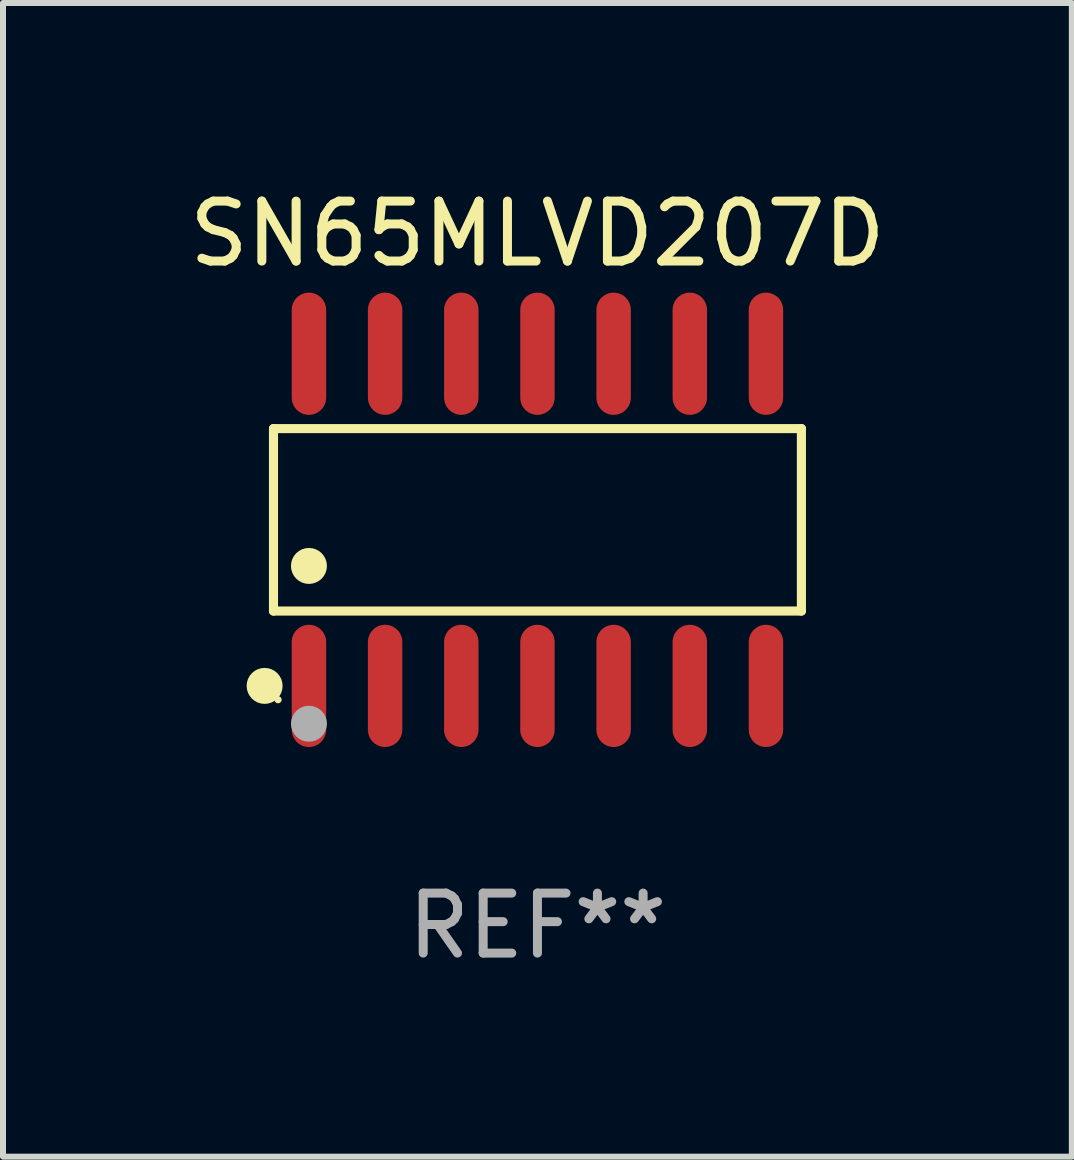
<source format=kicad_pcb>
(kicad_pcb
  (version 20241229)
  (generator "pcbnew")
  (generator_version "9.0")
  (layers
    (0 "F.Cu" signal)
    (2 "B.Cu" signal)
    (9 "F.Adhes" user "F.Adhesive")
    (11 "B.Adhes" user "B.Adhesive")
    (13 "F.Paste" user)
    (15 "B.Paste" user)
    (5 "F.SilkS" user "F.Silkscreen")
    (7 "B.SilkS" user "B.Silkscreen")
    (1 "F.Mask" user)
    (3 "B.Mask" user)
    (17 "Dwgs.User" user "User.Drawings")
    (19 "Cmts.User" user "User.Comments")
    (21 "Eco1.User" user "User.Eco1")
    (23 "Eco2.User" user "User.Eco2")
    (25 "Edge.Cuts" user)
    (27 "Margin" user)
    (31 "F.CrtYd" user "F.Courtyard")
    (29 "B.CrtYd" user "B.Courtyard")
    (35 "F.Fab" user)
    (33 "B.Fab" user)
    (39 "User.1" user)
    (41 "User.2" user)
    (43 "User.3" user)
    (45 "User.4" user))
  (footprint "SN65MLVD207D"
    (layer "F.Cu")
    (at 5.911 5.617)
    (property "Reference" "SN65MLVD207D" (at 0 -4.769 0) (layer "F.SilkS") (effects (font (size 1 1) (thickness 0.15))))
    (attr through_hole)
    (fp_line (start -4.401 -1.521) (end 4.401 -1.521) (stroke (width 0.152) (type solid)) (layer "F.SilkS"))
    (fp_line (start -4.401 1.521) (end -4.401 -1.521) (stroke (width 0.152) (type solid)) (layer "F.SilkS"))
    (fp_line (start 4.401 -1.521) (end 4.401 1.521) (stroke (width 0.152) (type solid)) (layer "F.SilkS"))
    (fp_line (start 4.401 1.521) (end -4.401 1.521) (stroke (width 0.152) (type solid)) (layer "F.SilkS"))
    (fp_circle (center -4.549 2.769) (end -4.399 2.769) (stroke (width 0.3) (type solid)) (fill no) (layer "F.SilkS"))
    (fp_circle (center -4.325 3) (end -4.295 3) (stroke (width 0.06) (type solid)) (fill no) (layer "F.SilkS"))
    (fp_circle (center -3.81 0.769) (end -3.66 0.769) (stroke (width 0.3) (type solid)) (fill no) (layer "F.SilkS"))
    (fp_circle (center -3.81 3.4) (end -3.66 3.4) (stroke (width 0.3) (type solid)) (fill no) (layer "F.Fab"))
    (fp_text user "REF**" (at 0 6.769 0) (layer "F.Fab") (effects (font (size 1 1) (thickness 0.15))))
    (pad "1" smd oval (at -3.81 2.769) (size 0.574 2.038) (layers "F.Cu" "F.Mask" "F.Paste"))
    (pad "2" smd oval (at -2.54 2.769) (size 0.574 2.038) (layers "F.Cu" "F.Mask" "F.Paste"))
    (pad "3" smd oval (at -1.27 2.769) (size 0.574 2.038) (layers "F.Cu" "F.Mask" "F.Paste"))
    (pad "4" smd oval (at 0 2.769) (size 0.574 2.038) (layers "F.Cu" "F.Mask" "F.Paste"))
    (pad "5" smd oval (at 1.27 2.769) (size 0.574 2.038) (layers "F.Cu" "F.Mask" "F.Paste"))
    (pad "6" smd oval (at 2.54 2.769) (size 0.574 2.038) (layers "F.Cu" "F.Mask" "F.Paste"))
    (pad "7" smd oval (at 3.81 2.769) (size 0.574 2.038) (layers "F.Cu" "F.Mask" "F.Paste"))
    (pad "8" smd oval (at 3.81 -2.769) (size 0.574 2.038) (layers "F.Cu" "F.Mask" "F.Paste"))
    (pad "9" smd oval (at 2.54 -2.769) (size 0.574 2.038) (layers "F.Cu" "F.Mask" "F.Paste"))
    (pad "10" smd oval (at 1.27 -2.769) (size 0.574 2.038) (layers "F.Cu" "F.Mask" "F.Paste"))
    (pad "11" smd oval (at 0 -2.769) (size 0.574 2.038) (layers "F.Cu" "F.Mask" "F.Paste"))
    (pad "12" smd oval (at -1.27 -2.769) (size 0.574 2.038) (layers "F.Cu" "F.Mask" "F.Paste"))
    (pad "13" smd oval (at -2.54 -2.769) (size 0.574 2.038) (layers "F.Cu" "F.Mask" "F.Paste"))
    (pad "14" smd oval (at -3.81 -2.769) (size 0.574 2.038) (layers "F.Cu" "F.Mask" "F.Paste")))
  (gr_rect
    (start -3 -3)
    (end 14.821 16.235)
    (stroke (width 0.1) (type default))
    (fill no)
    (layer "Edge.Cuts")))
</source>
